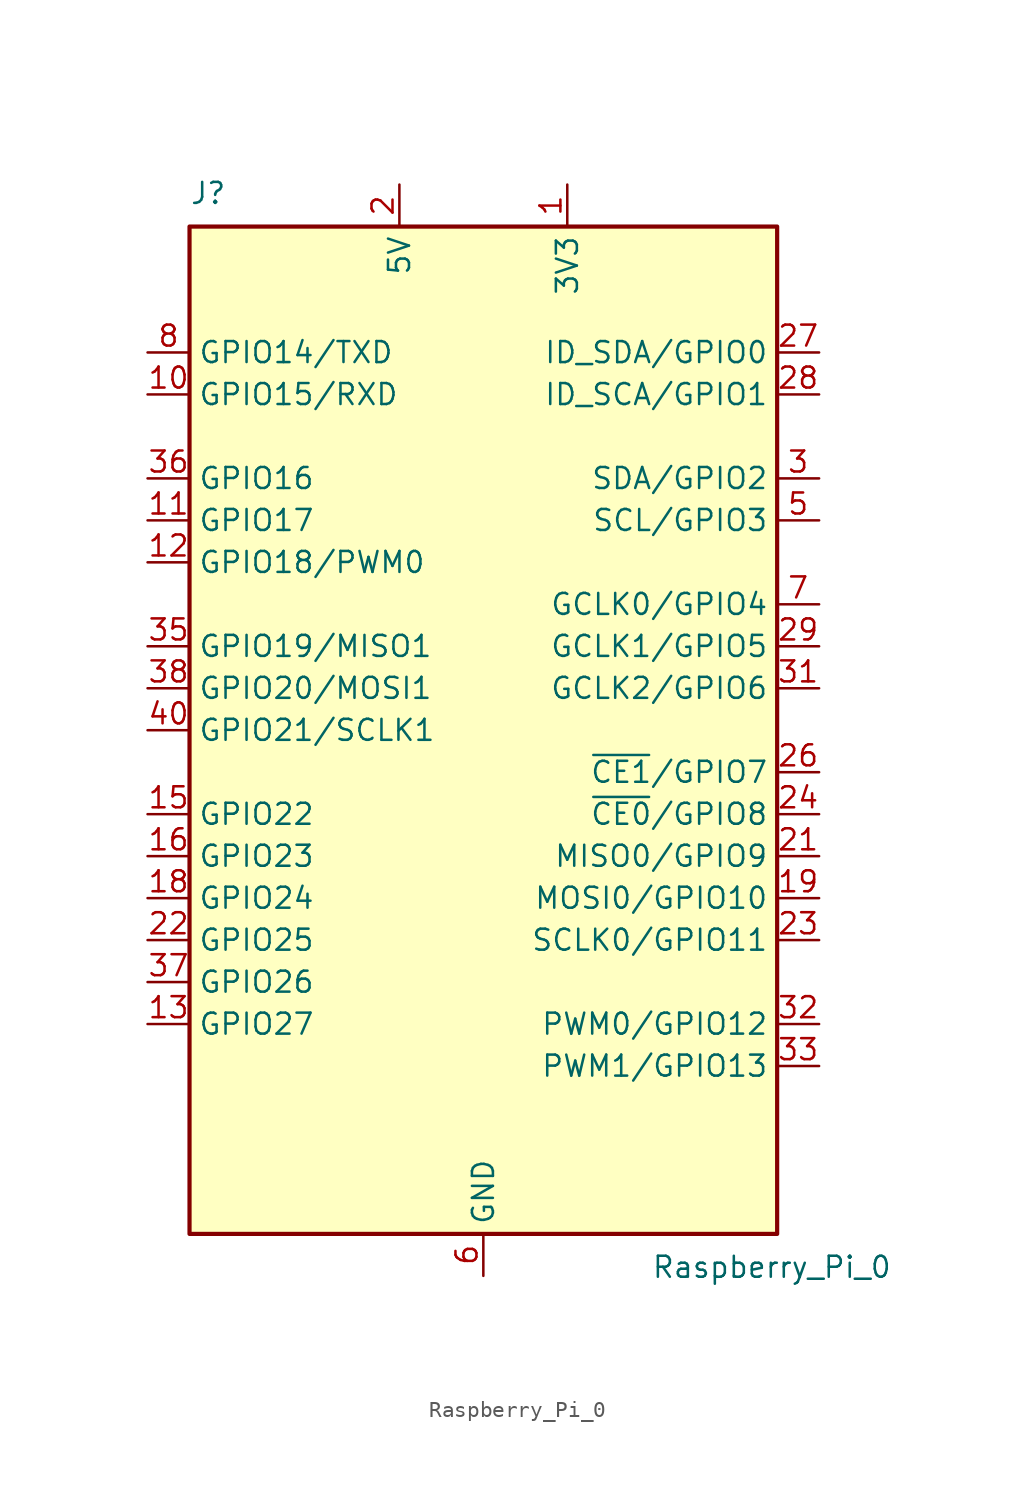
<source format=kicad_sym>
(kicad_symbol_lib
  (version 20231120)
  (generator "kicad_symbol_editor")
  (generator_version "8.0")
  (symbol "Raspberry_Pi_0"
    (property "Reference" "J"
      (at -17.78 31.75 0)
      (effects (font (size 1.27 1.27)) (justify left bottom)))
    (property "Value" "Raspberry_Pi_0"
      (at 10.16 -31.75 0)
      (effects (font (size 1.27 1.27)) (justify left top)))
    (symbol "Raspberry_Pi_0_0_1"
      (rectangle (start -17.78 30.48) (end 17.78 -30.48) (stroke (width 0.254) (type default)) (fill (type background))))
    (symbol "Raspberry_Pi_0_1_1"
      (pin power_in line (at 5.08 33.02 270) (length 2.54) (name "3V3" (effects (font (size 1.27 1.27)))) (number "1" (effects (font (size 1.27 1.27)))))
      (pin bidirectional line (at -20.32 20.32 0) (length 2.54) (name "GPIO15/RXD" (effects (font (size 1.27 1.27)))) (number "10" (effects (font (size 1.27 1.27)))))
      (pin bidirectional line (at -20.32 12.7 0) (length 2.54) (name "GPIO17" (effects (font (size 1.27 1.27)))) (number "11" (effects (font (size 1.27 1.27)))))
      (pin bidirectional line (at -20.32 10.16 0) (length 2.54) (name "GPIO18/PWM0" (effects (font (size 1.27 1.27)))) (number "12" (effects (font (size 1.27 1.27)))))
      (pin bidirectional line (at -20.32 -17.78 0) (length 2.54) (name "GPIO27" (effects (font (size 1.27 1.27)))) (number "13" (effects (font (size 1.27 1.27)))))
      (pin power_in line (at -7.62 -33.02 90) (length 2.54) hide (name "GND" (effects (font (size 1.27 1.27)))) (number "14" (effects (font (size 1.27 1.27)))))
      (pin bidirectional line (at -20.32 -5.08 0) (length 2.54) (name "GPIO22" (effects (font (size 1.27 1.27)))) (number "15" (effects (font (size 1.27 1.27)))))
      (pin bidirectional line (at -20.32 -7.62 0) (length 2.54) (name "GPIO23" (effects (font (size 1.27 1.27)))) (number "16" (effects (font (size 1.27 1.27)))))
      (pin power_in line (at 7.62 33.02 270) (length 2.54) hide (name "3V3" (effects (font (size 1.27 1.27)))) (number "17" (effects (font (size 1.27 1.27)))))
      (pin bidirectional line (at -20.32 -10.16 0) (length 2.54) (name "GPIO24" (effects (font (size 1.27 1.27)))) (number "18" (effects (font (size 1.27 1.27)))))
      (pin bidirectional line (at 20.32 -10.16 180) (length 2.54) (name "MOSI0/GPIO10" (effects (font (size 1.27 1.27)))) (number "19" (effects (font (size 1.27 1.27)))))
      (pin power_in line (at -5.08 33.02 270) (length 2.54) (name "5V" (effects (font (size 1.27 1.27)))) (number "2" (effects (font (size 1.27 1.27)))))
      (pin power_in line (at -5.08 -33.02 90) (length 2.54) hide (name "GND" (effects (font (size 1.27 1.27)))) (number "20" (effects (font (size 1.27 1.27)))))
      (pin bidirectional line (at 20.32 -7.62 180) (length 2.54) (name "MISO0/GPIO9" (effects (font (size 1.27 1.27)))) (number "21" (effects (font (size 1.27 1.27)))))
      (pin bidirectional line (at -20.32 -12.7 0) (length 2.54) (name "GPIO25" (effects (font (size 1.27 1.27)))) (number "22" (effects (font (size 1.27 1.27)))))
      (pin bidirectional line (at 20.32 -12.7 180) (length 2.54) (name "SCLK0/GPIO11" (effects (font (size 1.27 1.27)))) (number "23" (effects (font (size 1.27 1.27)))))
      (pin bidirectional line (at 20.32 -5.08 180) (length 2.54) (name "~{CE0}/GPIO8" (effects (font (size 1.27 1.27)))) (number "24" (effects (font (size 1.27 1.27)))))
      (pin power_in line (at -2.54 -33.02 90) (length 2.54) hide (name "GND" (effects (font (size 1.27 1.27)))) (number "25" (effects (font (size 1.27 1.27)))))
      (pin bidirectional line (at 20.32 -2.54 180) (length 2.54) (name "~{CE1}/GPIO7" (effects (font (size 1.27 1.27)))) (number "26" (effects (font (size 1.27 1.27)))))
      (pin bidirectional line (at 20.32 22.86 180) (length 2.54) (name "ID_SDA/GPIO0" (effects (font (size 1.27 1.27)))) (number "27" (effects (font (size 1.27 1.27)))))
      (pin bidirectional line (at 20.32 20.32 180) (length 2.54) (name "ID_SCA/GPIO1" (effects (font (size 1.27 1.27)))) (number "28" (effects (font (size 1.27 1.27)))))
      (pin bidirectional line (at 20.32 5.08 180) (length 2.54) (name "GCLK1/GPIO5" (effects (font (size 1.27 1.27)))) (number "29" (effects (font (size 1.27 1.27)))))
      (pin bidirectional line (at 20.32 15.24 180) (length 2.54) (name "SDA/GPIO2" (effects (font (size 1.27 1.27)))) (number "3" (effects (font (size 1.27 1.27)))))
      (pin power_in line (at 2.54 -33.02 90) (length 2.54) hide (name "GND" (effects (font (size 1.27 1.27)))) (number "30" (effects (font (size 1.27 1.27)))))
      (pin bidirectional line (at 20.32 2.54 180) (length 2.54) (name "GCLK2/GPIO6" (effects (font (size 1.27 1.27)))) (number "31" (effects (font (size 1.27 1.27)))))
      (pin bidirectional line (at 20.32 -17.78 180) (length 2.54) (name "PWM0/GPIO12" (effects (font (size 1.27 1.27)))) (number "32" (effects (font (size 1.27 1.27)))))
      (pin bidirectional line (at 20.32 -20.32 180) (length 2.54) (name "PWM1/GPIO13" (effects (font (size 1.27 1.27)))) (number "33" (effects (font (size 1.27 1.27)))))
      (pin power_in line (at 5.08 -33.02 90) (length 2.54) hide (name "GND" (effects (font (size 1.27 1.27)))) (number "34" (effects (font (size 1.27 1.27)))))
      (pin bidirectional line (at -20.32 5.08 0) (length 2.54) (name "GPIO19/MISO1" (effects (font (size 1.27 1.27)))) (number "35" (effects (font (size 1.27 1.27)))))
      (pin bidirectional line (at -20.32 15.24 0) (length 2.54) (name "GPIO16" (effects (font (size 1.27 1.27)))) (number "36" (effects (font (size 1.27 1.27)))))
      (pin bidirectional line (at -20.32 -15.24 0) (length 2.54) (name "GPIO26" (effects (font (size 1.27 1.27)))) (number "37" (effects (font (size 1.27 1.27)))))
      (pin bidirectional line (at -20.32 2.54 0) (length 2.54) (name "GPIO20/MOSI1" (effects (font (size 1.27 1.27)))) (number "38" (effects (font (size 1.27 1.27)))))
      (pin power_in line (at 7.62 -33.02 90) (length 2.54) hide (name "GND" (effects (font (size 1.27 1.27)))) (number "39" (effects (font (size 1.27 1.27)))))
      (pin power_in line (at -7.62 33.02 270) (length 2.54) hide (name "5V" (effects (font (size 1.27 1.27)))) (number "4" (effects (font (size 1.27 1.27)))))
      (pin bidirectional line (at -20.32 0 0) (length 2.54) (name "GPIO21/SCLK1" (effects (font (size 1.27 1.27)))) (number "40" (effects (font (size 1.27 1.27)))))
      (pin bidirectional line (at 20.32 12.7 180) (length 2.54) (name "SCL/GPIO3" (effects (font (size 1.27 1.27)))) (number "5" (effects (font (size 1.27 1.27)))))
      (pin power_in line (at 0 -33.02 90) (length 2.54) (name "GND" (effects (font (size 1.27 1.27)))) (number "6" (effects (font (size 1.27 1.27)))))
      (pin bidirectional line (at 20.32 7.62 180) (length 2.54) (name "GCLK0/GPIO4" (effects (font (size 1.27 1.27)))) (number "7" (effects (font (size 1.27 1.27)))))
      (pin bidirectional line (at -20.32 22.86 0) (length 2.54) (name "GPIO14/TXD" (effects (font (size 1.27 1.27)))) (number "8" (effects (font (size 1.27 1.27)))))
      (pin power_in line (at -10.16 -33.02 90) (length 2.54) hide (name "GND" (effects (font (size 1.27 1.27)))) (number "9" (effects (font (size 1.27 1.27))))))))
</source>
